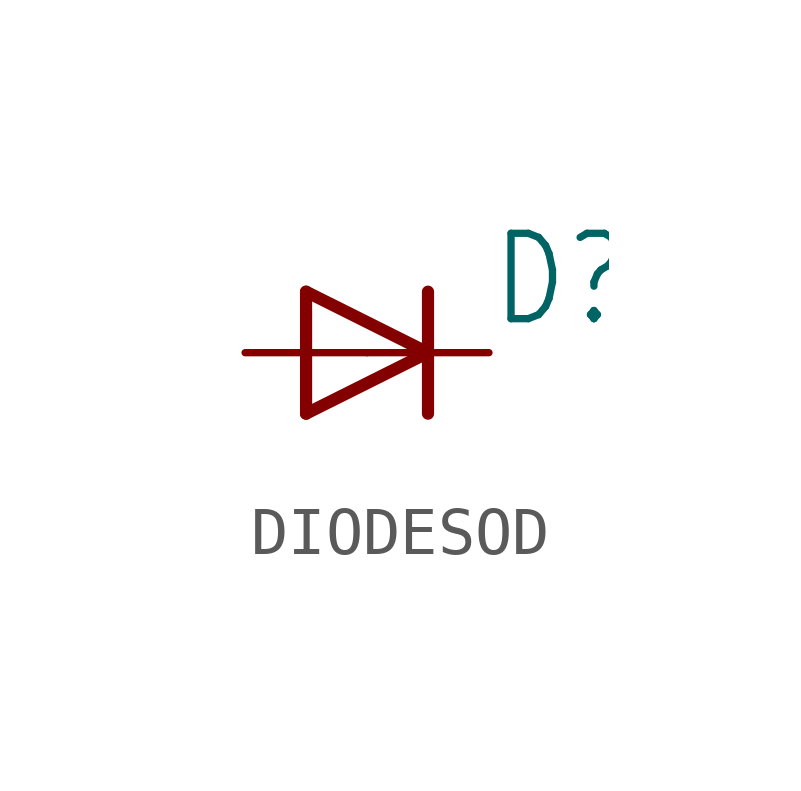
<source format=kicad_sym>
(kicad_symbol_lib
  (version 20220914)
  (generator kicad_symbol_editor)
  (symbol "DIODESOD"
    (property "Reference" "D"
      (at 2.54 0.483 0)
      (effects (font (size 1.778 1.511)) (justify left bottom)))
    (property "Value" ""
      (at 2.54 -2.311 0)
      (effects (font (size 1.778 1.511)) (justify left bottom)))
    (property "ki_locked" ""
      (at 0 0 0)
      (effects (font (size 1.27 1.27))))
    (symbol "DIODESOD_1_0"
      (polyline (pts (xy -1.27 -1.27) (xy 1.27 0)) (stroke (width 0.254) (type solid)) (fill (type none)))
      (polyline (pts (xy -1.27 1.27) (xy -1.27 -1.27)) (stroke (width 0.254) (type solid)) (fill (type none)))
      (polyline (pts (xy 1.27 0) (xy -1.27 1.27)) (stroke (width 0.254) (type solid)) (fill (type none)))
      (polyline (pts (xy 1.27 0) (xy 1.27 -1.27)) (stroke (width 0.254) (type solid)) (fill (type none)))
      (polyline (pts (xy 1.27 1.27) (xy 1.27 0)) (stroke (width 0.254) (type solid)) (fill (type none)))
      (pin passive line (at 2.54 0 180) (length 2.54) (name "C" (effects (font (size 0 0)))) (number "1" (effects (font (size 0 0)))))
      (pin passive line (at -2.54 0 0) (length 2.54) (name "A" (effects (font (size 0 0)))) (number "2" (effects (font (size 0 0))))))))
</source>
